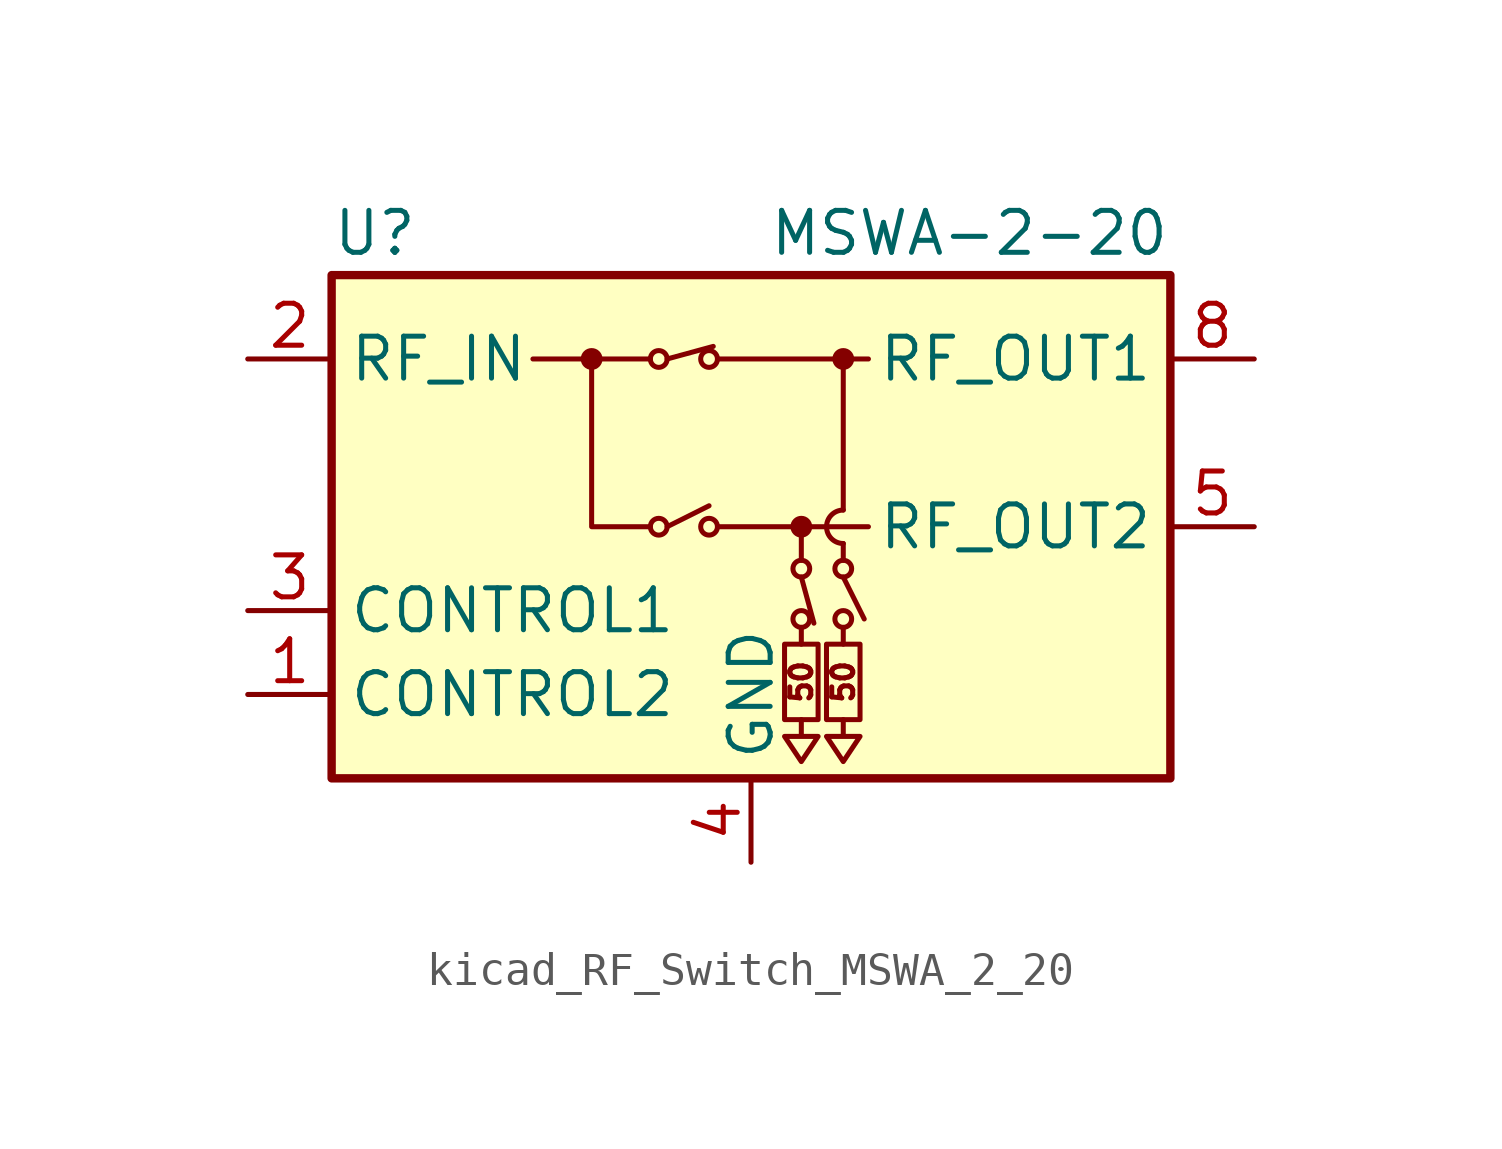
<source format=kicad_sym>
(kicad_symbol_lib
  (version 20220914)
  (generator kicad_symbol_editor)
  (symbol "kicad_RF_Switch_MSWA_2_20"
    (property "Reference" "U"
      (at -12.7 8.89 0)
      (effects (font (size 1.27 1.27)) (justify left)))
    (property "Value" "MSWA-2-20"
      (at 12.7 8.89 0)
      (effects (font (size 1.27 1.27)) (justify right)))
    (symbol "kicad_RF_Switch_MSWA_2_20_0_0"
      (text "50" (at 1.524 -4.699 900) (effects (font (size 0.635 0.635))))
      (text "50" (at 2.794 -4.699 900) (effects (font (size 0.635 0.635)))))
    (symbol "kicad_RF_Switch_MSWA_2_20_0_1"
      (rectangle (start -12.7 7.62) (end 12.7 -7.62) (stroke (width 0.254) (type default)) (fill (type background)))
      (circle (center -4.826 5.08) (radius 0.254) (stroke (width 0) (type default)) (fill (type outline)))
      (circle (center -2.794 0) (radius 0.254) (stroke (width 0) (type default)) (fill (type none)))
      (circle (center -2.794 5.08) (radius 0.254) (stroke (width 0) (type default)) (fill (type none)))
      (circle (center -1.27 0) (radius 0.254) (stroke (width 0) (type default)) (fill (type none)))
      (circle (center -1.27 5.08) (radius 0.254) (stroke (width 0) (type default)) (fill (type none)))
      (polyline (pts (xy -3.048 5.08) (xy -6.604 5.08)) (stroke (width 0) (type default)) (fill (type none)))
      (polyline (pts (xy -2.54 0) (xy -1.27 0.635)) (stroke (width 0) (type default)) (fill (type none)))
      (polyline (pts (xy -2.54 5.08) (xy -1.143 5.461)) (stroke (width 0) (type default)) (fill (type none)))
      (polyline (pts (xy -1.016 0) (xy 3.556 0)) (stroke (width 0) (type default)) (fill (type none)))
      (polyline (pts (xy -1.016 5.08) (xy 3.556 5.08)) (stroke (width 0) (type default)) (fill (type none)))
      (polyline (pts (xy 1.524 -3.048) (xy 1.524 -3.556)) (stroke (width 0) (type default)) (fill (type none)))
      (polyline (pts (xy 1.524 -1.524) (xy 1.905 -2.921)) (stroke (width 0) (type default)) (fill (type none)))
      (polyline (pts (xy 1.524 -1.016) (xy 1.524 0)) (stroke (width 0) (type default)) (fill (type none)))
      (polyline (pts (xy 2.794 -3.048) (xy 2.794 -3.556)) (stroke (width 0) (type default)) (fill (type none)))
      (polyline (pts (xy 2.794 -1.524) (xy 3.429 -2.794)) (stroke (width 0) (type default)) (fill (type none)))
      (polyline (pts (xy 2.794 -0.508) (xy 2.794 -1.016)) (stroke (width 0) (type default)) (fill (type none)))
      (polyline (pts (xy 2.794 5.08) (xy 2.794 0.508)) (stroke (width 0) (type default)) (fill (type none)))
      (polyline (pts (xy -4.826 5.08) (xy -4.826 0) (xy -3.048 0)) (stroke (width 0) (type default)) (fill (type none)))
      (polyline (pts (xy 1.524 -5.842) (xy 1.524 -6.35) (xy 1.016 -6.35) (xy 1.524 -7.112) (xy 2.032 -6.35) (xy 1.524 -6.35)) (stroke (width 0) (type default)) (fill (type none)))
      (polyline (pts (xy 2.794 -5.842) (xy 2.794 -6.35) (xy 2.286 -6.35) (xy 2.794 -7.112) (xy 3.302 -6.35) (xy 2.794 -6.35)) (stroke (width 0) (type default)) (fill (type none)))
      (rectangle (start 1.016 -3.556) (end 2.032 -5.842) (stroke (width 0) (type default)) (fill (type none)))
      (circle (center 1.524 -2.794) (radius 0.254) (stroke (width 0) (type default)) (fill (type none)))
      (circle (center 1.524 -1.27) (radius 0.254) (stroke (width 0) (type default)) (fill (type none)))
      (circle (center 1.524 0) (radius 0.254) (stroke (width 0) (type default)) (fill (type outline)))
      (rectangle (start 2.286 -3.556) (end 3.302 -5.842) (stroke (width 0) (type default)) (fill (type none)))
      (circle (center 2.794 -2.794) (radius 0.254) (stroke (width 0) (type default)) (fill (type none)))
      (circle (center 2.794 -1.27) (radius 0.254) (stroke (width 0) (type default)) (fill (type none)))
      (arc (start 2.794 0.508) (mid 2.2882 0) (end 2.794 -0.508) (stroke (width 0) (type default)) (fill (type none)))
      (circle (center 2.794 5.08) (radius 0.254) (stroke (width 0) (type default)) (fill (type outline))))
    (symbol "kicad_RF_Switch_MSWA_2_20_1_1"
      (pin input line (at -15.24 -5.08 0) (length 2.54) (name "CONTROL2" (effects (font (size 1.27 1.27)))) (number "1" (effects (font (size 1.27 1.27)))))
      (pin passive line (at -15.24 5.08 0) (length 2.54) (name "RF_IN" (effects (font (size 1.27 1.27)))) (number "2" (effects (font (size 1.27 1.27)))))
      (pin input line (at -15.24 -2.54 0) (length 2.54) (name "CONTROL1" (effects (font (size 1.27 1.27)))) (number "3" (effects (font (size 1.27 1.27)))))
      (pin power_in line (at 0 -10.16 90) (length 2.54) (name "GND" (effects (font (size 1.27 1.27)))) (number "4" (effects (font (size 1.27 1.27)))))
      (pin passive line (at 15.24 0 180) (length 2.54) (name "RF_OUT2" (effects (font (size 1.27 1.27)))) (number "5" (effects (font (size 1.27 1.27)))))
      (pin passive line (at 0 -10.16 90) (length 2.54) hide (name "GND" (effects (font (size 1.27 1.27)))) (number "6" (effects (font (size 1.27 1.27)))))
      (pin passive line (at 0 -10.16 90) (length 2.54) hide (name "GND" (effects (font (size 1.27 1.27)))) (number "7" (effects (font (size 1.27 1.27)))))
      (pin passive line (at 15.24 5.08 180) (length 2.54) (name "RF_OUT1" (effects (font (size 1.27 1.27)))) (number "8" (effects (font (size 1.27 1.27))))))))
</source>
